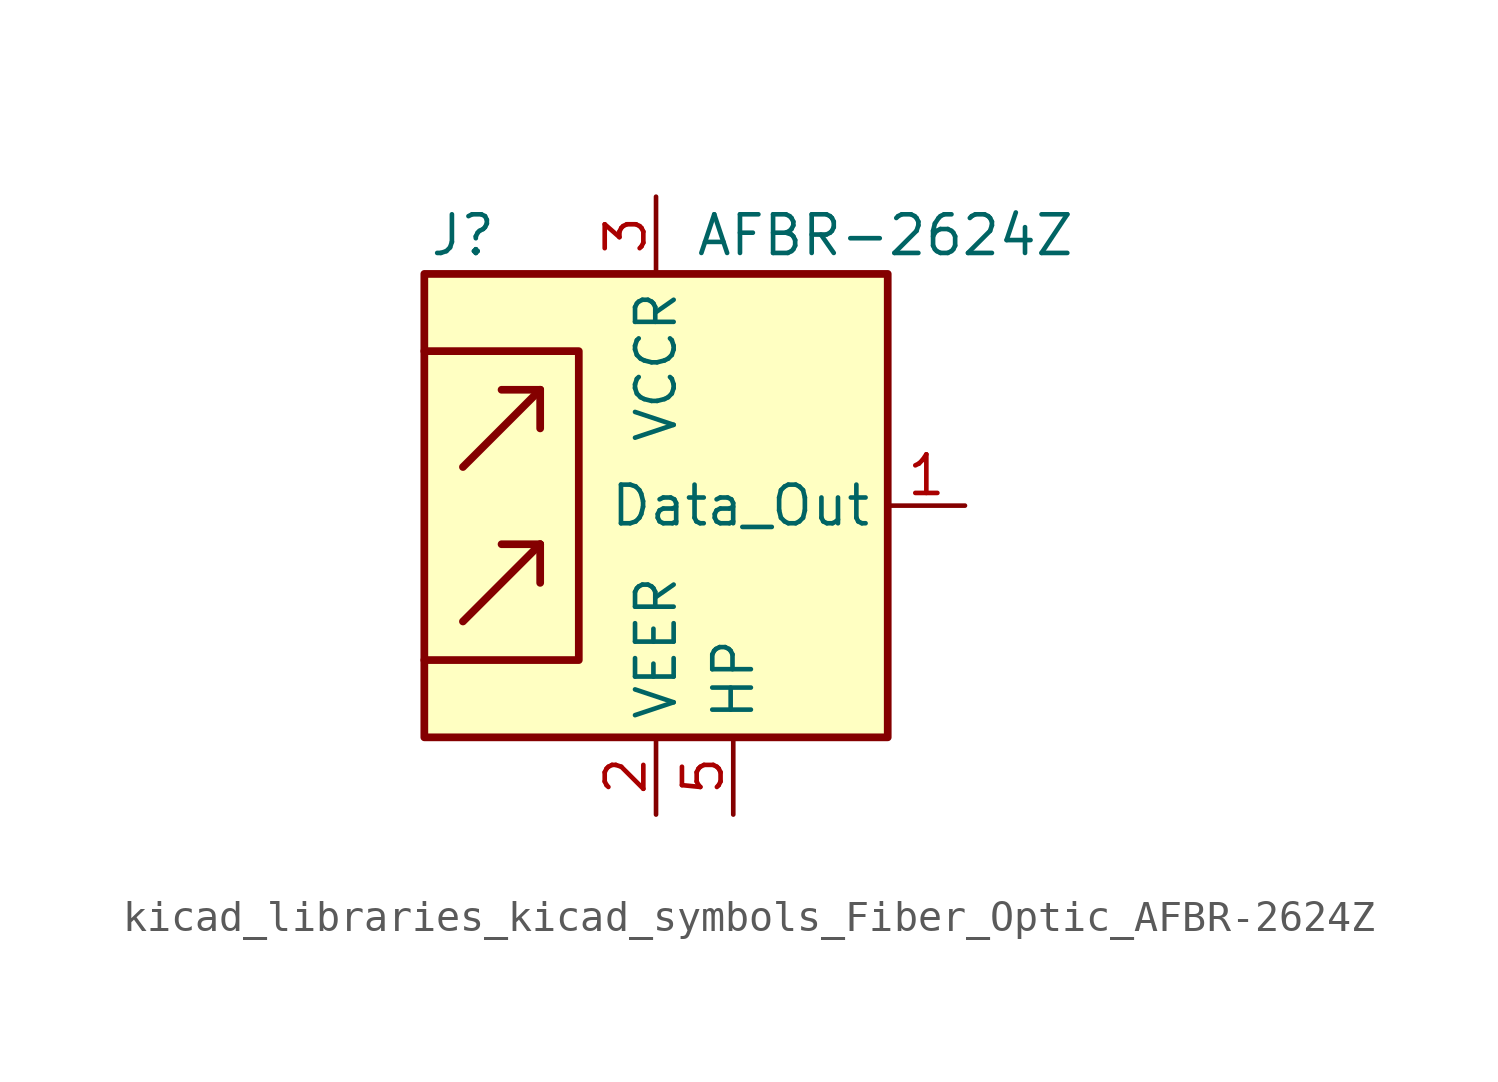
<source format=kicad_sym>
(kicad_symbol_lib
  (version 20220914)
  (generator kicad_symbol_editor)
  (symbol "kicad_libraries_kicad_symbols_Fiber_Optic_AFBR-2624Z"
    (property "Reference" "J"
      (at -6.35 8.89 0)
      (effects (font (size 1.27 1.27))))
    (property "Value" "AFBR-2624Z"
      (at 1.27 8.89 0)
      (effects (font (size 1.27 1.27)) (justify left)))
    (symbol "kicad_libraries_kicad_symbols_Fiber_Optic_AFBR-2624Z_0_1"
      (rectangle (start -7.62 7.62) (end 7.62 -7.62) (stroke (width 0.254) (type default)) (fill (type background)))
      (polyline (pts (xy -3.81 -1.27) (xy -6.35 -3.81)) (stroke (width 0.254) (type default)) (fill (type none)))
      (polyline (pts (xy -3.81 -1.27) (xy -5.08 -1.27)) (stroke (width 0.254) (type default)) (fill (type none)))
      (polyline (pts (xy -3.81 -1.27) (xy -3.81 -2.54)) (stroke (width 0.254) (type default)) (fill (type none)))
      (polyline (pts (xy -3.81 3.81) (xy -6.35 1.27)) (stroke (width 0.254) (type default)) (fill (type none)))
      (polyline (pts (xy -3.81 3.81) (xy -5.08 3.81)) (stroke (width 0.254) (type default)) (fill (type none)))
      (polyline (pts (xy -3.81 3.81) (xy -3.81 2.54)) (stroke (width 0.254) (type default)) (fill (type none)))
      (polyline (pts (xy -7.62 5.08) (xy -2.54 5.08) (xy -2.54 -5.08) (xy -7.62 -5.08)) (stroke (width 0.254) (type default)) (fill (type none))))
    (symbol "kicad_libraries_kicad_symbols_Fiber_Optic_AFBR-2624Z_1_1"
      (pin output line (at 10.16 0 180) (length 2.54) (name "Data_Out" (effects (font (size 1.27 1.27)))) (number "1" (effects (font (size 1.27 1.27)))))
      (pin power_in line (at 0 -10.16 90) (length 2.54) (name "VEER" (effects (font (size 1.27 1.27)))) (number "2" (effects (font (size 1.27 1.27)))))
      (pin power_in line (at 0 10.16 270) (length 2.54) (name "VCCR" (effects (font (size 1.27 1.27)))) (number "3" (effects (font (size 1.27 1.27)))))
      (pin no_connect line (at 7.62 5.08 180) (length 2.54) hide (name "NC" (effects (font (size 1.27 1.27)))) (number "4" (effects (font (size 1.27 1.27)))))
      (pin passive line (at 2.54 -10.16 90) (length 2.54) (name "HP" (effects (font (size 1.27 1.27)))) (number "5" (effects (font (size 1.27 1.27)))))
      (pin passive line (at 2.54 -10.16 90) (length 2.54) hide (name "HP" (effects (font (size 1.27 1.27)))) (number "8" (effects (font (size 1.27 1.27))))))))
</source>
